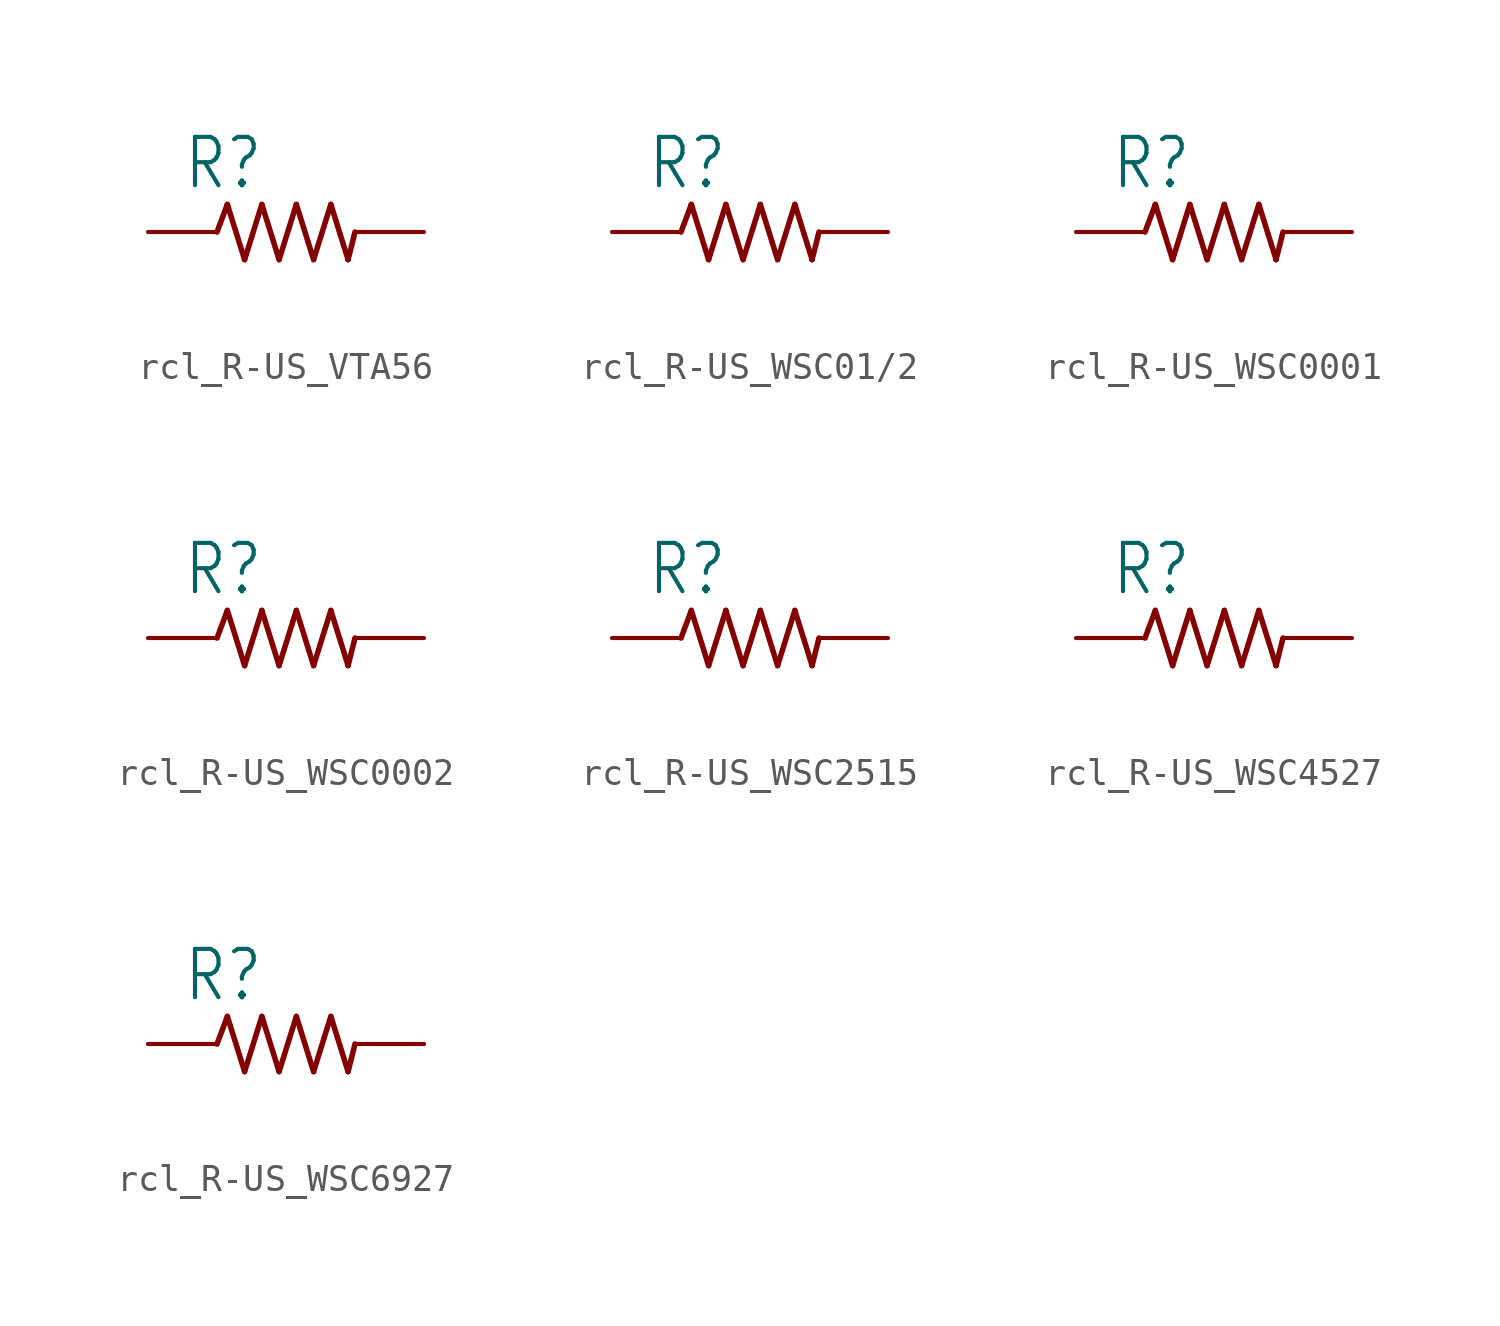
<source format=kicad_sym>
(kicad_symbol_lib
  (version 20231120)
  (generator "kicad_symbol_editor")
  (generator_version "8.0")
  (symbol "rcl_R-US_VTA56"
    (property "Reference" "R"
      (at -3.81 1.499 0)
      (effects (font (size 1.778 1.511)) (justify left bottom)))
    (property "Value" ""
      (at -3.81 -3.302 0)
      (effects (font (size 1.778 1.511)) (justify left bottom)))
    (property "ki_locked" ""
      (at 0 0 0)
      (effects (font (size 1.27 1.27))))
    (symbol "rcl_R-US_VTA56_1_0"
      (polyline (pts (xy -2.54 0) (xy -2.159 1.016)) (stroke (width 0.203) (type solid)) (fill (type none)))
      (polyline (pts (xy -2.159 1.016) (xy -1.524 -1.016)) (stroke (width 0.203) (type solid)) (fill (type none)))
      (polyline (pts (xy -1.524 -1.016) (xy -0.889 1.016)) (stroke (width 0.203) (type solid)) (fill (type none)))
      (polyline (pts (xy -0.889 1.016) (xy -0.254 -1.016)) (stroke (width 0.203) (type solid)) (fill (type none)))
      (polyline (pts (xy -0.254 -1.016) (xy 0.381 1.016)) (stroke (width 0.203) (type solid)) (fill (type none)))
      (polyline (pts (xy 0.381 1.016) (xy 1.016 -1.016)) (stroke (width 0.203) (type solid)) (fill (type none)))
      (polyline (pts (xy 1.016 -1.016) (xy 1.651 1.016)) (stroke (width 0.203) (type solid)) (fill (type none)))
      (polyline (pts (xy 1.651 1.016) (xy 2.286 -1.016)) (stroke (width 0.203) (type solid)) (fill (type none)))
      (polyline (pts (xy 2.286 -1.016) (xy 2.54 0)) (stroke (width 0.203) (type solid)) (fill (type none)))
      (pin passive line (at -5.08 0 0) (length 2.54) (name "1" (effects (font (size 0 0)))) (number "1" (effects (font (size 0 0)))))
      (pin passive line (at 5.08 0 180) (length 2.54) (name "2" (effects (font (size 0 0)))) (number "2" (effects (font (size 0 0)))))))
  (symbol "rcl_R-US_WSC01/2"
    (property "Reference" "R"
      (at -3.81 1.499 0)
      (effects (font (size 1.778 1.511)) (justify left bottom)))
    (property "Value" ""
      (at -3.81 -3.302 0)
      (effects (font (size 1.778 1.511)) (justify left bottom)))
    (property "ki_locked" ""
      (at 0 0 0)
      (effects (font (size 1.27 1.27))))
    (symbol "rcl_R-US_WSC01/2_1_0"
      (polyline (pts (xy -2.54 0) (xy -2.159 1.016)) (stroke (width 0.203) (type solid)) (fill (type none)))
      (polyline (pts (xy -2.159 1.016) (xy -1.524 -1.016)) (stroke (width 0.203) (type solid)) (fill (type none)))
      (polyline (pts (xy -1.524 -1.016) (xy -0.889 1.016)) (stroke (width 0.203) (type solid)) (fill (type none)))
      (polyline (pts (xy -0.889 1.016) (xy -0.254 -1.016)) (stroke (width 0.203) (type solid)) (fill (type none)))
      (polyline (pts (xy -0.254 -1.016) (xy 0.381 1.016)) (stroke (width 0.203) (type solid)) (fill (type none)))
      (polyline (pts (xy 0.381 1.016) (xy 1.016 -1.016)) (stroke (width 0.203) (type solid)) (fill (type none)))
      (polyline (pts (xy 1.016 -1.016) (xy 1.651 1.016)) (stroke (width 0.203) (type solid)) (fill (type none)))
      (polyline (pts (xy 1.651 1.016) (xy 2.286 -1.016)) (stroke (width 0.203) (type solid)) (fill (type none)))
      (polyline (pts (xy 2.286 -1.016) (xy 2.54 0)) (stroke (width 0.203) (type solid)) (fill (type none)))
      (pin passive line (at -5.08 0 0) (length 2.54) (name "1" (effects (font (size 0 0)))) (number "1" (effects (font (size 0 0)))))
      (pin passive line (at 5.08 0 180) (length 2.54) (name "2" (effects (font (size 0 0)))) (number "2" (effects (font (size 0 0)))))))
  (symbol "rcl_R-US_WSC0001"
    (property "Reference" "R"
      (at -3.81 1.499 0)
      (effects (font (size 1.778 1.511)) (justify left bottom)))
    (property "Value" ""
      (at -3.81 -3.302 0)
      (effects (font (size 1.778 1.511)) (justify left bottom)))
    (property "ki_locked" ""
      (at 0 0 0)
      (effects (font (size 1.27 1.27))))
    (symbol "rcl_R-US_WSC0001_1_0"
      (polyline (pts (xy -2.54 0) (xy -2.159 1.016)) (stroke (width 0.203) (type solid)) (fill (type none)))
      (polyline (pts (xy -2.159 1.016) (xy -1.524 -1.016)) (stroke (width 0.203) (type solid)) (fill (type none)))
      (polyline (pts (xy -1.524 -1.016) (xy -0.889 1.016)) (stroke (width 0.203) (type solid)) (fill (type none)))
      (polyline (pts (xy -0.889 1.016) (xy -0.254 -1.016)) (stroke (width 0.203) (type solid)) (fill (type none)))
      (polyline (pts (xy -0.254 -1.016) (xy 0.381 1.016)) (stroke (width 0.203) (type solid)) (fill (type none)))
      (polyline (pts (xy 0.381 1.016) (xy 1.016 -1.016)) (stroke (width 0.203) (type solid)) (fill (type none)))
      (polyline (pts (xy 1.016 -1.016) (xy 1.651 1.016)) (stroke (width 0.203) (type solid)) (fill (type none)))
      (polyline (pts (xy 1.651 1.016) (xy 2.286 -1.016)) (stroke (width 0.203) (type solid)) (fill (type none)))
      (polyline (pts (xy 2.286 -1.016) (xy 2.54 0)) (stroke (width 0.203) (type solid)) (fill (type none)))
      (pin passive line (at -5.08 0 0) (length 2.54) (name "1" (effects (font (size 0 0)))) (number "1" (effects (font (size 0 0)))))
      (pin passive line (at 5.08 0 180) (length 2.54) (name "2" (effects (font (size 0 0)))) (number "2" (effects (font (size 0 0)))))))
  (symbol "rcl_R-US_WSC0002"
    (property "Reference" "R"
      (at -3.81 1.499 0)
      (effects (font (size 1.778 1.511)) (justify left bottom)))
    (property "Value" ""
      (at -3.81 -3.302 0)
      (effects (font (size 1.778 1.511)) (justify left bottom)))
    (property "ki_locked" ""
      (at 0 0 0)
      (effects (font (size 1.27 1.27))))
    (symbol "rcl_R-US_WSC0002_1_0"
      (polyline (pts (xy -2.54 0) (xy -2.159 1.016)) (stroke (width 0.203) (type solid)) (fill (type none)))
      (polyline (pts (xy -2.159 1.016) (xy -1.524 -1.016)) (stroke (width 0.203) (type solid)) (fill (type none)))
      (polyline (pts (xy -1.524 -1.016) (xy -0.889 1.016)) (stroke (width 0.203) (type solid)) (fill (type none)))
      (polyline (pts (xy -0.889 1.016) (xy -0.254 -1.016)) (stroke (width 0.203) (type solid)) (fill (type none)))
      (polyline (pts (xy -0.254 -1.016) (xy 0.381 1.016)) (stroke (width 0.203) (type solid)) (fill (type none)))
      (polyline (pts (xy 0.381 1.016) (xy 1.016 -1.016)) (stroke (width 0.203) (type solid)) (fill (type none)))
      (polyline (pts (xy 1.016 -1.016) (xy 1.651 1.016)) (stroke (width 0.203) (type solid)) (fill (type none)))
      (polyline (pts (xy 1.651 1.016) (xy 2.286 -1.016)) (stroke (width 0.203) (type solid)) (fill (type none)))
      (polyline (pts (xy 2.286 -1.016) (xy 2.54 0)) (stroke (width 0.203) (type solid)) (fill (type none)))
      (pin passive line (at -5.08 0 0) (length 2.54) (name "1" (effects (font (size 0 0)))) (number "1" (effects (font (size 0 0)))))
      (pin passive line (at 5.08 0 180) (length 2.54) (name "2" (effects (font (size 0 0)))) (number "2" (effects (font (size 0 0)))))))
  (symbol "rcl_R-US_WSC2515"
    (property "Reference" "R"
      (at -3.81 1.499 0)
      (effects (font (size 1.778 1.511)) (justify left bottom)))
    (property "Value" ""
      (at -3.81 -3.302 0)
      (effects (font (size 1.778 1.511)) (justify left bottom)))
    (property "ki_locked" ""
      (at 0 0 0)
      (effects (font (size 1.27 1.27))))
    (symbol "rcl_R-US_WSC2515_1_0"
      (polyline (pts (xy -2.54 0) (xy -2.159 1.016)) (stroke (width 0.203) (type solid)) (fill (type none)))
      (polyline (pts (xy -2.159 1.016) (xy -1.524 -1.016)) (stroke (width 0.203) (type solid)) (fill (type none)))
      (polyline (pts (xy -1.524 -1.016) (xy -0.889 1.016)) (stroke (width 0.203) (type solid)) (fill (type none)))
      (polyline (pts (xy -0.889 1.016) (xy -0.254 -1.016)) (stroke (width 0.203) (type solid)) (fill (type none)))
      (polyline (pts (xy -0.254 -1.016) (xy 0.381 1.016)) (stroke (width 0.203) (type solid)) (fill (type none)))
      (polyline (pts (xy 0.381 1.016) (xy 1.016 -1.016)) (stroke (width 0.203) (type solid)) (fill (type none)))
      (polyline (pts (xy 1.016 -1.016) (xy 1.651 1.016)) (stroke (width 0.203) (type solid)) (fill (type none)))
      (polyline (pts (xy 1.651 1.016) (xy 2.286 -1.016)) (stroke (width 0.203) (type solid)) (fill (type none)))
      (polyline (pts (xy 2.286 -1.016) (xy 2.54 0)) (stroke (width 0.203) (type solid)) (fill (type none)))
      (pin passive line (at -5.08 0 0) (length 2.54) (name "1" (effects (font (size 0 0)))) (number "1" (effects (font (size 0 0)))))
      (pin passive line (at 5.08 0 180) (length 2.54) (name "2" (effects (font (size 0 0)))) (number "2" (effects (font (size 0 0)))))))
  (symbol "rcl_R-US_WSC4527"
    (property "Reference" "R"
      (at -3.81 1.499 0)
      (effects (font (size 1.778 1.511)) (justify left bottom)))
    (property "Value" ""
      (at -3.81 -3.302 0)
      (effects (font (size 1.778 1.511)) (justify left bottom)))
    (property "ki_locked" ""
      (at 0 0 0)
      (effects (font (size 1.27 1.27))))
    (symbol "rcl_R-US_WSC4527_1_0"
      (polyline (pts (xy -2.54 0) (xy -2.159 1.016)) (stroke (width 0.203) (type solid)) (fill (type none)))
      (polyline (pts (xy -2.159 1.016) (xy -1.524 -1.016)) (stroke (width 0.203) (type solid)) (fill (type none)))
      (polyline (pts (xy -1.524 -1.016) (xy -0.889 1.016)) (stroke (width 0.203) (type solid)) (fill (type none)))
      (polyline (pts (xy -0.889 1.016) (xy -0.254 -1.016)) (stroke (width 0.203) (type solid)) (fill (type none)))
      (polyline (pts (xy -0.254 -1.016) (xy 0.381 1.016)) (stroke (width 0.203) (type solid)) (fill (type none)))
      (polyline (pts (xy 0.381 1.016) (xy 1.016 -1.016)) (stroke (width 0.203) (type solid)) (fill (type none)))
      (polyline (pts (xy 1.016 -1.016) (xy 1.651 1.016)) (stroke (width 0.203) (type solid)) (fill (type none)))
      (polyline (pts (xy 1.651 1.016) (xy 2.286 -1.016)) (stroke (width 0.203) (type solid)) (fill (type none)))
      (polyline (pts (xy 2.286 -1.016) (xy 2.54 0)) (stroke (width 0.203) (type solid)) (fill (type none)))
      (pin passive line (at -5.08 0 0) (length 2.54) (name "1" (effects (font (size 0 0)))) (number "1" (effects (font (size 0 0)))))
      (pin passive line (at 5.08 0 180) (length 2.54) (name "2" (effects (font (size 0 0)))) (number "2" (effects (font (size 0 0)))))))
  (symbol "rcl_R-US_WSC6927"
    (property "Reference" "R"
      (at -3.81 1.499 0)
      (effects (font (size 1.778 1.511)) (justify left bottom)))
    (property "Value" ""
      (at -3.81 -3.302 0)
      (effects (font (size 1.778 1.511)) (justify left bottom)))
    (property "ki_locked" ""
      (at 0 0 0)
      (effects (font (size 1.27 1.27))))
    (symbol "rcl_R-US_WSC6927_1_0"
      (polyline (pts (xy -2.54 0) (xy -2.159 1.016)) (stroke (width 0.203) (type solid)) (fill (type none)))
      (polyline (pts (xy -2.159 1.016) (xy -1.524 -1.016)) (stroke (width 0.203) (type solid)) (fill (type none)))
      (polyline (pts (xy -1.524 -1.016) (xy -0.889 1.016)) (stroke (width 0.203) (type solid)) (fill (type none)))
      (polyline (pts (xy -0.889 1.016) (xy -0.254 -1.016)) (stroke (width 0.203) (type solid)) (fill (type none)))
      (polyline (pts (xy -0.254 -1.016) (xy 0.381 1.016)) (stroke (width 0.203) (type solid)) (fill (type none)))
      (polyline (pts (xy 0.381 1.016) (xy 1.016 -1.016)) (stroke (width 0.203) (type solid)) (fill (type none)))
      (polyline (pts (xy 1.016 -1.016) (xy 1.651 1.016)) (stroke (width 0.203) (type solid)) (fill (type none)))
      (polyline (pts (xy 1.651 1.016) (xy 2.286 -1.016)) (stroke (width 0.203) (type solid)) (fill (type none)))
      (polyline (pts (xy 2.286 -1.016) (xy 2.54 0)) (stroke (width 0.203) (type solid)) (fill (type none)))
      (pin passive line (at -5.08 0 0) (length 2.54) (name "1" (effects (font (size 0 0)))) (number "1" (effects (font (size 0 0)))))
      (pin passive line (at 5.08 0 180) (length 2.54) (name "2" (effects (font (size 0 0)))) (number "2" (effects (font (size 0 0))))))))
</source>
